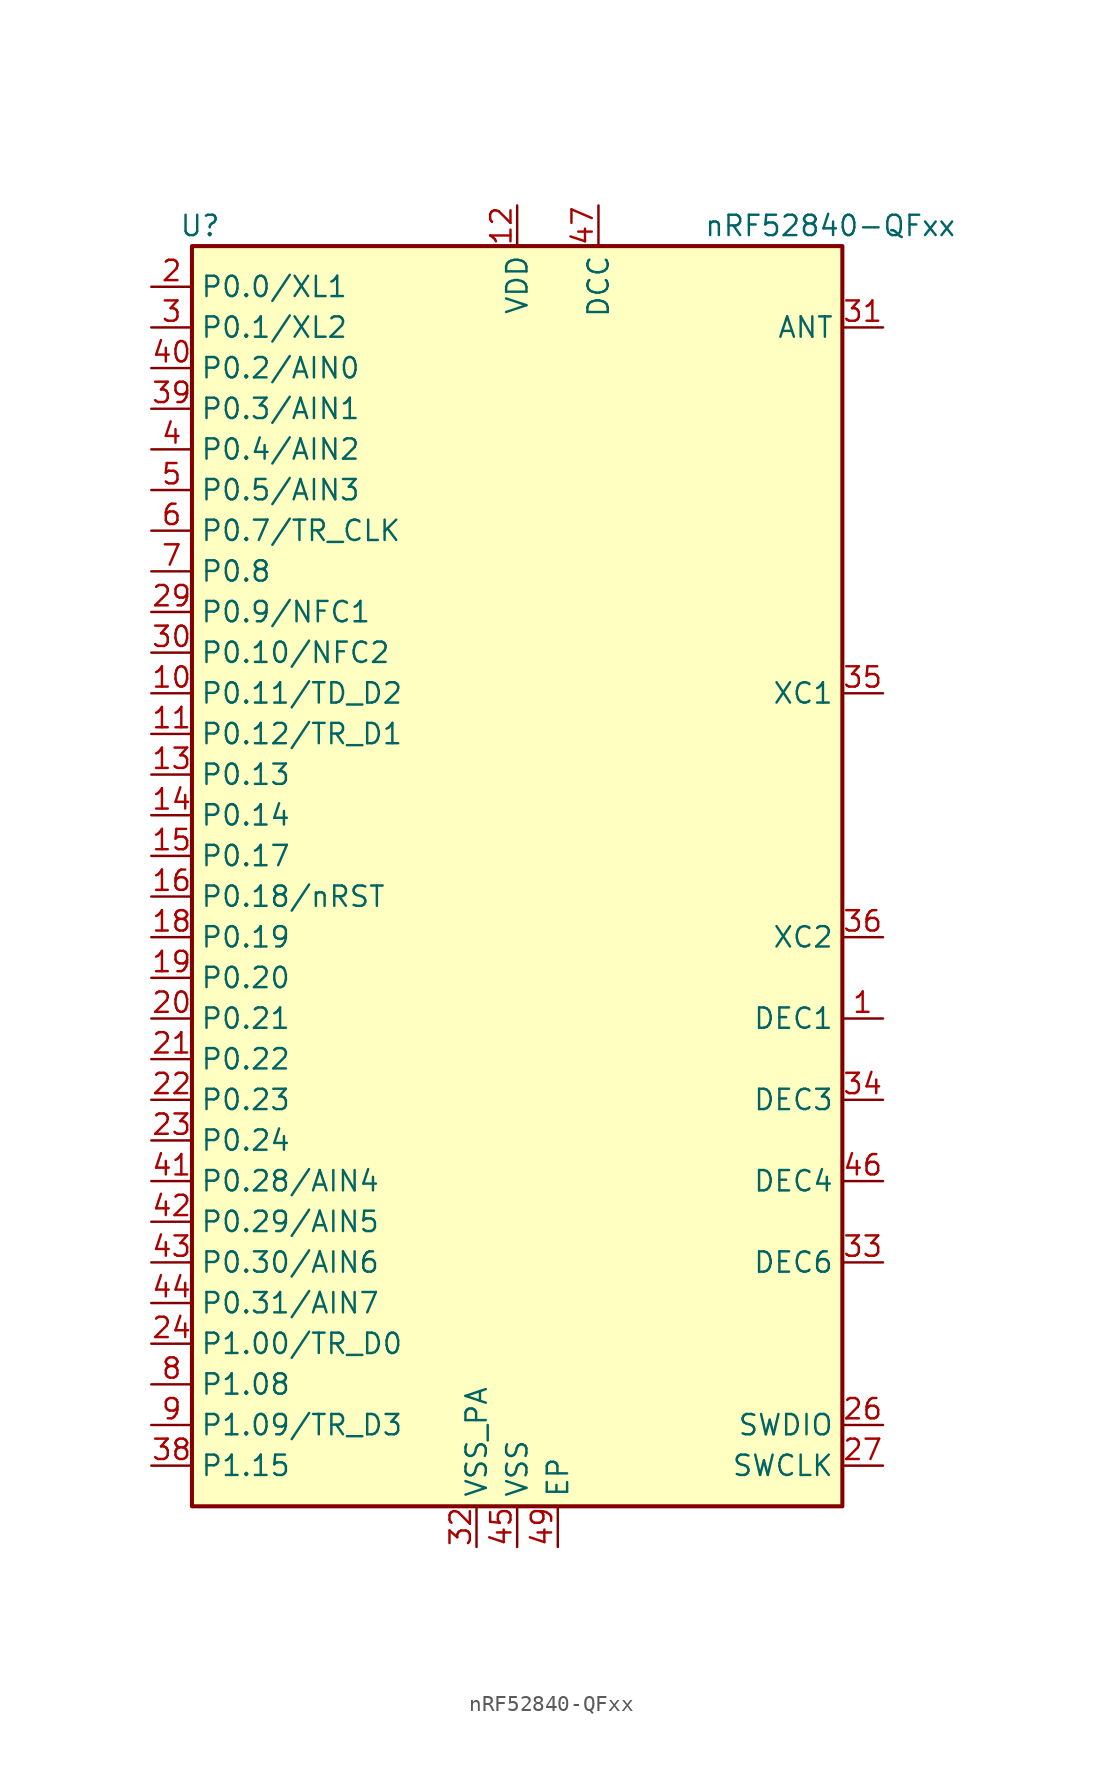
<source format=kicad_sym>
(kicad_symbol_lib
  (version 20231120)
  (generator "kicad_symbol_editor")
  (generator_version "8.0")
  (symbol "nRF52840-QFxx"
    (property "Reference" "U"
      (at -19.812 44.45 0)
      (effects (font (size 1.27 1.27))))
    (property "Value" "nRF52840-QFxx"
      (at 19.558 44.45 0)
      (effects (font (size 1.27 1.27))))
    (symbol "nRF52840-QFxx_0_1"
      (rectangle (start -20.32 43.18) (end 20.32 -35.56) (stroke (width 0.254) (type default)) (fill (type background))))
    (symbol "nRF52840-QFxx_1_1"
      (pin passive line (at 22.86 -5.08 180) (length 2.54) (name "DEC1" (effects (font (size 1.27 1.27)))) (number "1" (effects (font (size 1.27 1.27)))))
      (pin bidirectional line (at -22.86 15.24 0) (length 2.54) (name "P0.11/TD_D2" (effects (font (size 1.27 1.27)))) (number "10" (effects (font (size 1.27 1.27)))))
      (pin bidirectional line (at -22.86 12.7 0) (length 2.54) (name "P0.12/TR_D1" (effects (font (size 1.27 1.27)))) (number "11" (effects (font (size 1.27 1.27)))))
      (pin power_in line (at 0 45.72 270) (length 2.54) (name "VDD" (effects (font (size 1.27 1.27)))) (number "12" (effects (font (size 1.27 1.27)))))
      (pin bidirectional line (at -22.86 10.16 0) (length 2.54) (name "P0.13" (effects (font (size 1.27 1.27)))) (number "13" (effects (font (size 1.27 1.27)))))
      (pin bidirectional line (at -22.86 7.62 0) (length 2.54) (name "P0.14" (effects (font (size 1.27 1.27)))) (number "14" (effects (font (size 1.27 1.27)))))
      (pin bidirectional line (at -22.86 5.08 0) (length 2.54) (name "P0.17" (effects (font (size 1.27 1.27)))) (number "15" (effects (font (size 1.27 1.27)))))
      (pin bidirectional line (at -22.86 2.54 0) (length 2.54) (name "P0.18/nRST" (effects (font (size 1.27 1.27)))) (number "16" (effects (font (size 1.27 1.27)))))
      (pin passive line (at 0 45.72 270) (length 2.54) hide (name "VDD" (effects (font (size 1.27 1.27)))) (number "17" (effects (font (size 1.27 1.27)))))
      (pin bidirectional line (at -22.86 0 0) (length 2.54) (name "P0.19" (effects (font (size 1.27 1.27)))) (number "18" (effects (font (size 1.27 1.27)))))
      (pin bidirectional line (at -22.86 -2.54 0) (length 2.54) (name "P0.20" (effects (font (size 1.27 1.27)))) (number "19" (effects (font (size 1.27 1.27)))))
      (pin bidirectional line (at -22.86 40.64 0) (length 2.54) (name "P0.0/XL1" (effects (font (size 1.27 1.27)))) (number "2" (effects (font (size 1.27 1.27)))))
      (pin bidirectional line (at -22.86 -5.08 0) (length 2.54) (name "P0.21" (effects (font (size 1.27 1.27)))) (number "20" (effects (font (size 1.27 1.27)))))
      (pin bidirectional line (at -22.86 -7.62 0) (length 2.54) (name "P0.22" (effects (font (size 1.27 1.27)))) (number "21" (effects (font (size 1.27 1.27)))))
      (pin bidirectional line (at -22.86 -10.16 0) (length 2.54) (name "P0.23" (effects (font (size 1.27 1.27)))) (number "22" (effects (font (size 1.27 1.27)))))
      (pin bidirectional line (at -22.86 -12.7 0) (length 2.54) (name "P0.24" (effects (font (size 1.27 1.27)))) (number "23" (effects (font (size 1.27 1.27)))))
      (pin bidirectional line (at -22.86 -25.4 0) (length 2.54) (name "P1.00/TR_D0" (effects (font (size 1.27 1.27)))) (number "24" (effects (font (size 1.27 1.27)))))
      (pin passive line (at 0 45.72 270) (length 2.54) hide (name "VDD" (effects (font (size 1.27 1.27)))) (number "25" (effects (font (size 1.27 1.27)))))
      (pin bidirectional line (at 22.86 -30.48 180) (length 2.54) (name "SWDIO" (effects (font (size 1.27 1.27)))) (number "26" (effects (font (size 1.27 1.27)))))
      (pin input line (at 22.86 -33.02 180) (length 2.54) (name "SWCLK" (effects (font (size 1.27 1.27)))) (number "27" (effects (font (size 1.27 1.27)))))
      (pin passive line (at 5.08 30.48 180) (length 2.54) hide (name "NC" (effects (font (size 1.27 1.27)))) (number "28" (effects (font (size 1.27 1.27)))))
      (pin bidirectional line (at -22.86 20.32 0) (length 2.54) (name "P0.9/NFC1" (effects (font (size 1.27 1.27)))) (number "29" (effects (font (size 1.27 1.27)))))
      (pin bidirectional line (at -22.86 38.1 0) (length 2.54) (name "P0.1/XL2" (effects (font (size 1.27 1.27)))) (number "3" (effects (font (size 1.27 1.27)))))
      (pin bidirectional line (at -22.86 17.78 0) (length 2.54) (name "P0.10/NFC2" (effects (font (size 1.27 1.27)))) (number "30" (effects (font (size 1.27 1.27)))))
      (pin output line (at 22.86 38.1 180) (length 2.54) (name "ANT" (effects (font (size 1.27 1.27)))) (number "31" (effects (font (size 1.27 1.27)))))
      (pin power_in line (at -2.54 -38.1 90) (length 2.54) (name "VSS_PA" (effects (font (size 1.27 1.27)))) (number "32" (effects (font (size 1.27 1.27)))))
      (pin passive line (at 22.86 -20.32 180) (length 2.54) (name "DEC6" (effects (font (size 1.27 1.27)))) (number "33" (effects (font (size 1.27 1.27)))))
      (pin passive line (at 22.86 -10.16 180) (length 2.54) (name "DEC3" (effects (font (size 1.27 1.27)))) (number "34" (effects (font (size 1.27 1.27)))))
      (pin input line (at 22.86 15.24 180) (length 2.54) (name "XC1" (effects (font (size 1.27 1.27)))) (number "35" (effects (font (size 1.27 1.27)))))
      (pin input line (at 22.86 0 180) (length 2.54) (name "XC2" (effects (font (size 1.27 1.27)))) (number "36" (effects (font (size 1.27 1.27)))))
      (pin passive line (at 0 45.72 270) (length 2.54) hide (name "VDD" (effects (font (size 1.27 1.27)))) (number "37" (effects (font (size 1.27 1.27)))))
      (pin bidirectional line (at -22.86 -33.02 0) (length 2.54) (name "P1.15" (effects (font (size 1.27 1.27)))) (number "38" (effects (font (size 1.27 1.27)))))
      (pin bidirectional line (at -22.86 33.02 0) (length 2.54) (name "P0.3/AIN1" (effects (font (size 1.27 1.27)))) (number "39" (effects (font (size 1.27 1.27)))))
      (pin bidirectional line (at -22.86 30.48 0) (length 2.54) (name "P0.4/AIN2" (effects (font (size 1.27 1.27)))) (number "4" (effects (font (size 1.27 1.27)))))
      (pin bidirectional line (at -22.86 35.56 0) (length 2.54) (name "P0.2/AIN0" (effects (font (size 1.27 1.27)))) (number "40" (effects (font (size 1.27 1.27)))))
      (pin bidirectional line (at -22.86 -15.24 0) (length 2.54) (name "P0.28/AIN4" (effects (font (size 1.27 1.27)))) (number "41" (effects (font (size 1.27 1.27)))))
      (pin bidirectional line (at -22.86 -17.78 0) (length 2.54) (name "P0.29/AIN5" (effects (font (size 1.27 1.27)))) (number "42" (effects (font (size 1.27 1.27)))))
      (pin bidirectional line (at -22.86 -20.32 0) (length 2.54) (name "P0.30/AIN6" (effects (font (size 1.27 1.27)))) (number "43" (effects (font (size 1.27 1.27)))))
      (pin bidirectional line (at -22.86 -22.86 0) (length 2.54) (name "P0.31/AIN7" (effects (font (size 1.27 1.27)))) (number "44" (effects (font (size 1.27 1.27)))))
      (pin power_in line (at 0 -38.1 90) (length 2.54) (name "VSS" (effects (font (size 1.27 1.27)))) (number "45" (effects (font (size 1.27 1.27)))))
      (pin passive line (at 22.86 -15.24 180) (length 2.54) (name "DEC4" (effects (font (size 1.27 1.27)))) (number "46" (effects (font (size 1.27 1.27)))))
      (pin power_out line (at 5.08 45.72 270) (length 2.54) (name "DCC" (effects (font (size 1.27 1.27)))) (number "47" (effects (font (size 1.27 1.27)))))
      (pin passive line (at 0 45.72 270) (length 2.54) hide (name "VDD" (effects (font (size 1.27 1.27)))) (number "48" (effects (font (size 1.27 1.27)))))
      (pin power_in line (at 2.54 -38.1 90) (length 2.54) (name "EP" (effects (font (size 1.27 1.27)))) (number "49" (effects (font (size 1.27 1.27)))))
      (pin bidirectional line (at -22.86 27.94 0) (length 2.54) (name "P0.5/AIN3" (effects (font (size 1.27 1.27)))) (number "5" (effects (font (size 1.27 1.27)))))
      (pin bidirectional line (at -22.86 25.4 0) (length 2.54) (name "P0.7/TR_CLK" (effects (font (size 1.27 1.27)))) (number "6" (effects (font (size 1.27 1.27)))))
      (pin bidirectional line (at -22.86 22.86 0) (length 2.54) (name "P0.8" (effects (font (size 1.27 1.27)))) (number "7" (effects (font (size 1.27 1.27)))))
      (pin bidirectional line (at -22.86 -27.94 0) (length 2.54) (name "P1.08" (effects (font (size 1.27 1.27)))) (number "8" (effects (font (size 1.27 1.27)))))
      (pin bidirectional line (at -22.86 -30.48 0) (length 2.54) (name "P1.09/TR_D3" (effects (font (size 1.27 1.27)))) (number "9" (effects (font (size 1.27 1.27))))))))
</source>
